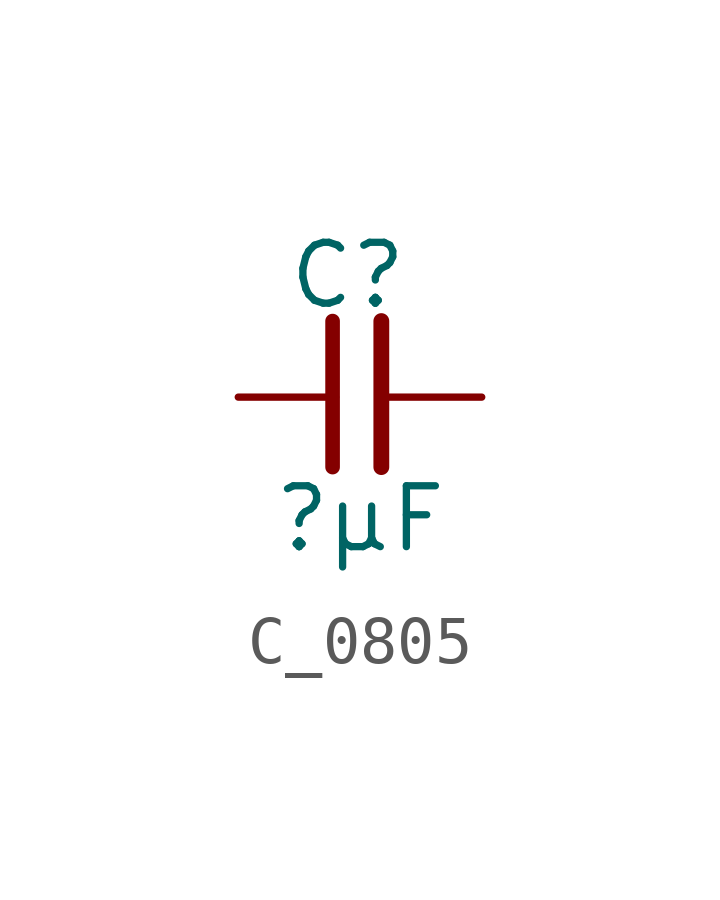
<source format=kicad_sym>
(kicad_symbol_lib
  (version 20220914)
  (generator kicad_symbol_editor)
  (symbol "C_0805"
    (pin_numbers hide)
    (pin_names
      (offset 0.254) hide)
    (property "Reference" "C"
      (at 2.286 2.54 0)
      (effects (font (size 1.27 1.27))))
    (property "Value" "?μF"
      (at 2.54 -2.54 0)
      (effects (font (size 1.27 1.27))))
    (symbol "C_0805_0_1"
      (polyline (pts (xy 1.968 -1.46) (xy 1.968 1.587)) (stroke (width 0.305) (type default)) (fill (type none)))
      (polyline (pts (xy 2.985 -1.46) (xy 2.985 1.587)) (stroke (width 0.33) (type default)) (fill (type none))))
    (symbol "C_0805_1_1"
      (pin passive line (at 0 0 0) (length 2.032) (name "~" (effects (font (size 1.27 1.27)))) (number "1" (effects (font (size 1.27 1.27)))))
      (pin passive line (at 5.08 0 180) (length 2.032) (name "~" (effects (font (size 1.27 1.27)))) (number "2" (effects (font (size 1.27 1.27))))))))
</source>
